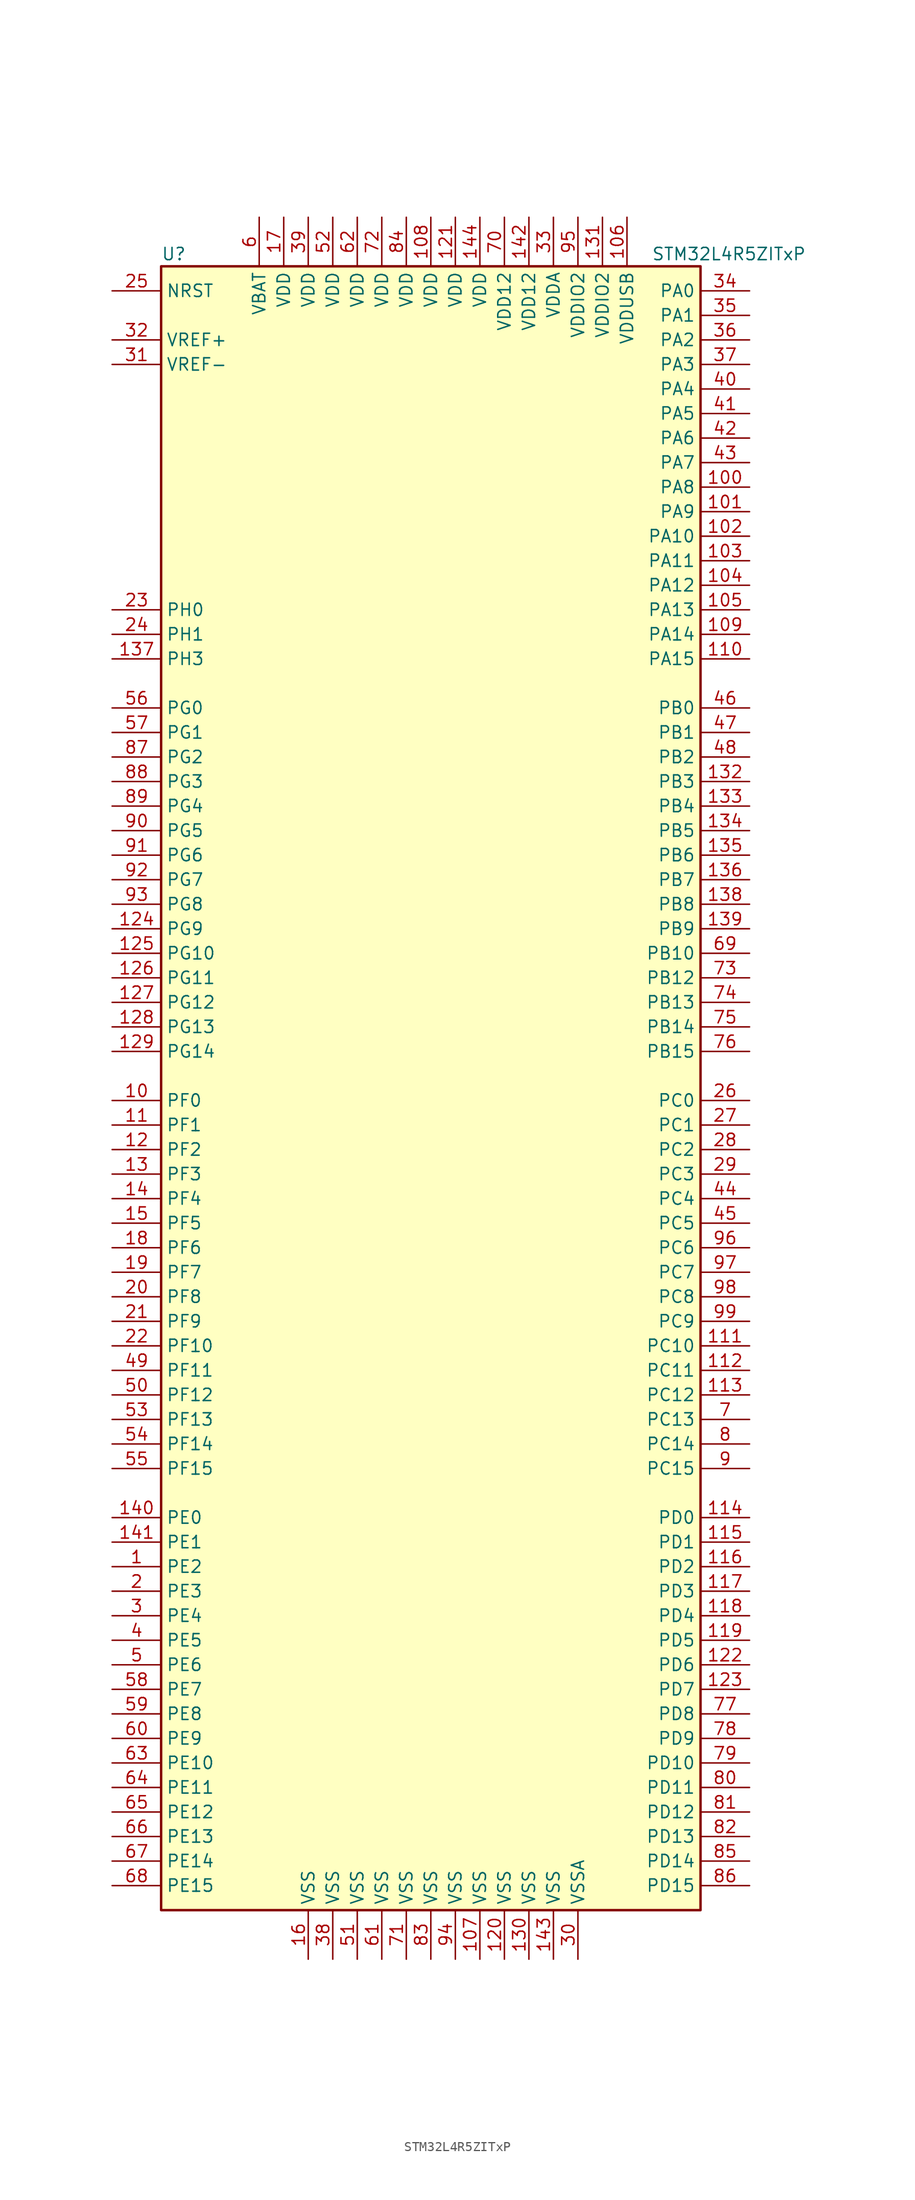
<source format=kicad_sym>
(kicad_symbol_lib
  (version 20201005)
  (generator kicad_symbol_editor)
  (symbol "MCU_ST_STM32L4+:STM32L4R5ZITxP"
    (property "Reference" "U"
      (at -27.94 85.09 0)
      (effects (font (size 1.27 1.27)) (justify left)))
    (property "Value" "STM32L4R5ZITxP"
      (at 22.86 85.09 0)
      (effects (font (size 1.27 1.27)) (justify left)))
    (symbol "STM32L4R5ZITxP_0_1"
      (rectangle (start -27.94 -86.36) (end 27.94 83.82) (stroke (width 0.254)) (fill (type background))))
    (symbol "STM32L4R5ZITxP_1_1"
      (pin input line (at -33.02 81.28 0) (length 5.08) (name "NRST" (effects (font (size 1.27 1.27)))) (number "25" (effects (font (size 1.27 1.27)))))
      (pin bidirectional line (at 33.02 81.28 180) (length 5.08) (name "PA0" (effects (font (size 1.27 1.27)))) (number "34" (effects (font (size 1.27 1.27)))))
      (pin bidirectional line (at 33.02 78.74 180) (length 5.08) (name "PA1" (effects (font (size 1.27 1.27)))) (number "35" (effects (font (size 1.27 1.27)))))
      (pin bidirectional line (at 33.02 55.88 180) (length 5.08) (name "PA10" (effects (font (size 1.27 1.27)))) (number "102" (effects (font (size 1.27 1.27)))))
      (pin bidirectional line (at 33.02 53.34 180) (length 5.08) (name "PA11" (effects (font (size 1.27 1.27)))) (number "103" (effects (font (size 1.27 1.27)))))
      (pin bidirectional line (at 33.02 50.8 180) (length 5.08) (name "PA12" (effects (font (size 1.27 1.27)))) (number "104" (effects (font (size 1.27 1.27)))))
      (pin bidirectional line (at 33.02 48.26 180) (length 5.08) (name "PA13" (effects (font (size 1.27 1.27)))) (number "105" (effects (font (size 1.27 1.27)))))
      (pin bidirectional line (at 33.02 45.72 180) (length 5.08) (name "PA14" (effects (font (size 1.27 1.27)))) (number "109" (effects (font (size 1.27 1.27)))))
      (pin bidirectional line (at 33.02 43.18 180) (length 5.08) (name "PA15" (effects (font (size 1.27 1.27)))) (number "110" (effects (font (size 1.27 1.27)))))
      (pin bidirectional line (at 33.02 76.2 180) (length 5.08) (name "PA2" (effects (font (size 1.27 1.27)))) (number "36" (effects (font (size 1.27 1.27)))))
      (pin bidirectional line (at 33.02 73.66 180) (length 5.08) (name "PA3" (effects (font (size 1.27 1.27)))) (number "37" (effects (font (size 1.27 1.27)))))
      (pin bidirectional line (at 33.02 71.12 180) (length 5.08) (name "PA4" (effects (font (size 1.27 1.27)))) (number "40" (effects (font (size 1.27 1.27)))))
      (pin bidirectional line (at 33.02 68.58 180) (length 5.08) (name "PA5" (effects (font (size 1.27 1.27)))) (number "41" (effects (font (size 1.27 1.27)))))
      (pin bidirectional line (at 33.02 66.04 180) (length 5.08) (name "PA6" (effects (font (size 1.27 1.27)))) (number "42" (effects (font (size 1.27 1.27)))))
      (pin bidirectional line (at 33.02 63.5 180) (length 5.08) (name "PA7" (effects (font (size 1.27 1.27)))) (number "43" (effects (font (size 1.27 1.27)))))
      (pin bidirectional line (at 33.02 60.96 180) (length 5.08) (name "PA8" (effects (font (size 1.27 1.27)))) (number "100" (effects (font (size 1.27 1.27)))))
      (pin bidirectional line (at 33.02 58.42 180) (length 5.08) (name "PA9" (effects (font (size 1.27 1.27)))) (number "101" (effects (font (size 1.27 1.27)))))
      (pin bidirectional line (at 33.02 38.1 180) (length 5.08) (name "PB0" (effects (font (size 1.27 1.27)))) (number "46" (effects (font (size 1.27 1.27)))))
      (pin bidirectional line (at 33.02 35.56 180) (length 5.08) (name "PB1" (effects (font (size 1.27 1.27)))) (number "47" (effects (font (size 1.27 1.27)))))
      (pin bidirectional line (at 33.02 12.7 180) (length 5.08) (name "PB10" (effects (font (size 1.27 1.27)))) (number "69" (effects (font (size 1.27 1.27)))))
      (pin bidirectional line (at 33.02 10.16 180) (length 5.08) (name "PB12" (effects (font (size 1.27 1.27)))) (number "73" (effects (font (size 1.27 1.27)))))
      (pin bidirectional line (at 33.02 7.62 180) (length 5.08) (name "PB13" (effects (font (size 1.27 1.27)))) (number "74" (effects (font (size 1.27 1.27)))))
      (pin bidirectional line (at 33.02 5.08 180) (length 5.08) (name "PB14" (effects (font (size 1.27 1.27)))) (number "75" (effects (font (size 1.27 1.27)))))
      (pin bidirectional line (at 33.02 2.54 180) (length 5.08) (name "PB15" (effects (font (size 1.27 1.27)))) (number "76" (effects (font (size 1.27 1.27)))))
      (pin bidirectional line (at 33.02 33.02 180) (length 5.08) (name "PB2" (effects (font (size 1.27 1.27)))) (number "48" (effects (font (size 1.27 1.27)))))
      (pin bidirectional line (at 33.02 30.48 180) (length 5.08) (name "PB3" (effects (font (size 1.27 1.27)))) (number "132" (effects (font (size 1.27 1.27)))))
      (pin bidirectional line (at 33.02 27.94 180) (length 5.08) (name "PB4" (effects (font (size 1.27 1.27)))) (number "133" (effects (font (size 1.27 1.27)))))
      (pin bidirectional line (at 33.02 25.4 180) (length 5.08) (name "PB5" (effects (font (size 1.27 1.27)))) (number "134" (effects (font (size 1.27 1.27)))))
      (pin bidirectional line (at 33.02 22.86 180) (length 5.08) (name "PB6" (effects (font (size 1.27 1.27)))) (number "135" (effects (font (size 1.27 1.27)))))
      (pin bidirectional line (at 33.02 20.32 180) (length 5.08) (name "PB7" (effects (font (size 1.27 1.27)))) (number "136" (effects (font (size 1.27 1.27)))))
      (pin bidirectional line (at 33.02 17.78 180) (length 5.08) (name "PB8" (effects (font (size 1.27 1.27)))) (number "138" (effects (font (size 1.27 1.27)))))
      (pin bidirectional line (at 33.02 15.24 180) (length 5.08) (name "PB9" (effects (font (size 1.27 1.27)))) (number "139" (effects (font (size 1.27 1.27)))))
      (pin bidirectional line (at 33.02 -2.54 180) (length 5.08) (name "PC0" (effects (font (size 1.27 1.27)))) (number "26" (effects (font (size 1.27 1.27)))))
      (pin bidirectional line (at 33.02 -5.08 180) (length 5.08) (name "PC1" (effects (font (size 1.27 1.27)))) (number "27" (effects (font (size 1.27 1.27)))))
      (pin bidirectional line (at 33.02 -27.94 180) (length 5.08) (name "PC10" (effects (font (size 1.27 1.27)))) (number "111" (effects (font (size 1.27 1.27)))))
      (pin bidirectional line (at 33.02 -30.48 180) (length 5.08) (name "PC11" (effects (font (size 1.27 1.27)))) (number "112" (effects (font (size 1.27 1.27)))))
      (pin bidirectional line (at 33.02 -33.02 180) (length 5.08) (name "PC12" (effects (font (size 1.27 1.27)))) (number "113" (effects (font (size 1.27 1.27)))))
      (pin bidirectional line (at 33.02 -35.56 180) (length 5.08) (name "PC13" (effects (font (size 1.27 1.27)))) (number "7" (effects (font (size 1.27 1.27)))))
      (pin bidirectional line (at 33.02 -38.1 180) (length 5.08) (name "PC14" (effects (font (size 1.27 1.27)))) (number "8" (effects (font (size 1.27 1.27)))))
      (pin bidirectional line (at 33.02 -40.64 180) (length 5.08) (name "PC15" (effects (font (size 1.27 1.27)))) (number "9" (effects (font (size 1.27 1.27)))))
      (pin bidirectional line (at 33.02 -7.62 180) (length 5.08) (name "PC2" (effects (font (size 1.27 1.27)))) (number "28" (effects (font (size 1.27 1.27)))))
      (pin bidirectional line (at 33.02 -10.16 180) (length 5.08) (name "PC3" (effects (font (size 1.27 1.27)))) (number "29" (effects (font (size 1.27 1.27)))))
      (pin bidirectional line (at 33.02 -12.7 180) (length 5.08) (name "PC4" (effects (font (size 1.27 1.27)))) (number "44" (effects (font (size 1.27 1.27)))))
      (pin bidirectional line (at 33.02 -15.24 180) (length 5.08) (name "PC5" (effects (font (size 1.27 1.27)))) (number "45" (effects (font (size 1.27 1.27)))))
      (pin bidirectional line (at 33.02 -17.78 180) (length 5.08) (name "PC6" (effects (font (size 1.27 1.27)))) (number "96" (effects (font (size 1.27 1.27)))))
      (pin bidirectional line (at 33.02 -20.32 180) (length 5.08) (name "PC7" (effects (font (size 1.27 1.27)))) (number "97" (effects (font (size 1.27 1.27)))))
      (pin bidirectional line (at 33.02 -22.86 180) (length 5.08) (name "PC8" (effects (font (size 1.27 1.27)))) (number "98" (effects (font (size 1.27 1.27)))))
      (pin bidirectional line (at 33.02 -25.4 180) (length 5.08) (name "PC9" (effects (font (size 1.27 1.27)))) (number "99" (effects (font (size 1.27 1.27)))))
      (pin bidirectional line (at 33.02 -45.72 180) (length 5.08) (name "PD0" (effects (font (size 1.27 1.27)))) (number "114" (effects (font (size 1.27 1.27)))))
      (pin bidirectional line (at 33.02 -48.26 180) (length 5.08) (name "PD1" (effects (font (size 1.27 1.27)))) (number "115" (effects (font (size 1.27 1.27)))))
      (pin bidirectional line (at 33.02 -71.12 180) (length 5.08) (name "PD10" (effects (font (size 1.27 1.27)))) (number "79" (effects (font (size 1.27 1.27)))))
      (pin bidirectional line (at 33.02 -73.66 180) (length 5.08) (name "PD11" (effects (font (size 1.27 1.27)))) (number "80" (effects (font (size 1.27 1.27)))))
      (pin bidirectional line (at 33.02 -76.2 180) (length 5.08) (name "PD12" (effects (font (size 1.27 1.27)))) (number "81" (effects (font (size 1.27 1.27)))))
      (pin bidirectional line (at 33.02 -78.74 180) (length 5.08) (name "PD13" (effects (font (size 1.27 1.27)))) (number "82" (effects (font (size 1.27 1.27)))))
      (pin bidirectional line (at 33.02 -81.28 180) (length 5.08) (name "PD14" (effects (font (size 1.27 1.27)))) (number "85" (effects (font (size 1.27 1.27)))))
      (pin bidirectional line (at 33.02 -83.82 180) (length 5.08) (name "PD15" (effects (font (size 1.27 1.27)))) (number "86" (effects (font (size 1.27 1.27)))))
      (pin bidirectional line (at 33.02 -50.8 180) (length 5.08) (name "PD2" (effects (font (size 1.27 1.27)))) (number "116" (effects (font (size 1.27 1.27)))))
      (pin bidirectional line (at 33.02 -53.34 180) (length 5.08) (name "PD3" (effects (font (size 1.27 1.27)))) (number "117" (effects (font (size 1.27 1.27)))))
      (pin bidirectional line (at 33.02 -55.88 180) (length 5.08) (name "PD4" (effects (font (size 1.27 1.27)))) (number "118" (effects (font (size 1.27 1.27)))))
      (pin bidirectional line (at 33.02 -58.42 180) (length 5.08) (name "PD5" (effects (font (size 1.27 1.27)))) (number "119" (effects (font (size 1.27 1.27)))))
      (pin bidirectional line (at 33.02 -60.96 180) (length 5.08) (name "PD6" (effects (font (size 1.27 1.27)))) (number "122" (effects (font (size 1.27 1.27)))))
      (pin bidirectional line (at 33.02 -63.5 180) (length 5.08) (name "PD7" (effects (font (size 1.27 1.27)))) (number "123" (effects (font (size 1.27 1.27)))))
      (pin bidirectional line (at 33.02 -66.04 180) (length 5.08) (name "PD8" (effects (font (size 1.27 1.27)))) (number "77" (effects (font (size 1.27 1.27)))))
      (pin bidirectional line (at 33.02 -68.58 180) (length 5.08) (name "PD9" (effects (font (size 1.27 1.27)))) (number "78" (effects (font (size 1.27 1.27)))))
      (pin bidirectional line (at -33.02 -45.72 0) (length 5.08) (name "PE0" (effects (font (size 1.27 1.27)))) (number "140" (effects (font (size 1.27 1.27)))))
      (pin bidirectional line (at -33.02 -48.26 0) (length 5.08) (name "PE1" (effects (font (size 1.27 1.27)))) (number "141" (effects (font (size 1.27 1.27)))))
      (pin bidirectional line (at -33.02 -71.12 0) (length 5.08) (name "PE10" (effects (font (size 1.27 1.27)))) (number "63" (effects (font (size 1.27 1.27)))))
      (pin bidirectional line (at -33.02 -73.66 0) (length 5.08) (name "PE11" (effects (font (size 1.27 1.27)))) (number "64" (effects (font (size 1.27 1.27)))))
      (pin bidirectional line (at -33.02 -76.2 0) (length 5.08) (name "PE12" (effects (font (size 1.27 1.27)))) (number "65" (effects (font (size 1.27 1.27)))))
      (pin bidirectional line (at -33.02 -78.74 0) (length 5.08) (name "PE13" (effects (font (size 1.27 1.27)))) (number "66" (effects (font (size 1.27 1.27)))))
      (pin bidirectional line (at -33.02 -81.28 0) (length 5.08) (name "PE14" (effects (font (size 1.27 1.27)))) (number "67" (effects (font (size 1.27 1.27)))))
      (pin bidirectional line (at -33.02 -83.82 0) (length 5.08) (name "PE15" (effects (font (size 1.27 1.27)))) (number "68" (effects (font (size 1.27 1.27)))))
      (pin bidirectional line (at -33.02 -50.8 0) (length 5.08) (name "PE2" (effects (font (size 1.27 1.27)))) (number "1" (effects (font (size 1.27 1.27)))))
      (pin bidirectional line (at -33.02 -53.34 0) (length 5.08) (name "PE3" (effects (font (size 1.27 1.27)))) (number "2" (effects (font (size 1.27 1.27)))))
      (pin bidirectional line (at -33.02 -55.88 0) (length 5.08) (name "PE4" (effects (font (size 1.27 1.27)))) (number "3" (effects (font (size 1.27 1.27)))))
      (pin bidirectional line (at -33.02 -58.42 0) (length 5.08) (name "PE5" (effects (font (size 1.27 1.27)))) (number "4" (effects (font (size 1.27 1.27)))))
      (pin bidirectional line (at -33.02 -60.96 0) (length 5.08) (name "PE6" (effects (font (size 1.27 1.27)))) (number "5" (effects (font (size 1.27 1.27)))))
      (pin bidirectional line (at -33.02 -63.5 0) (length 5.08) (name "PE7" (effects (font (size 1.27 1.27)))) (number "58" (effects (font (size 1.27 1.27)))))
      (pin bidirectional line (at -33.02 -66.04 0) (length 5.08) (name "PE8" (effects (font (size 1.27 1.27)))) (number "59" (effects (font (size 1.27 1.27)))))
      (pin bidirectional line (at -33.02 -68.58 0) (length 5.08) (name "PE9" (effects (font (size 1.27 1.27)))) (number "60" (effects (font (size 1.27 1.27)))))
      (pin bidirectional line (at -33.02 -2.54 0) (length 5.08) (name "PF0" (effects (font (size 1.27 1.27)))) (number "10" (effects (font (size 1.27 1.27)))))
      (pin bidirectional line (at -33.02 -5.08 0) (length 5.08) (name "PF1" (effects (font (size 1.27 1.27)))) (number "11" (effects (font (size 1.27 1.27)))))
      (pin bidirectional line (at -33.02 -27.94 0) (length 5.08) (name "PF10" (effects (font (size 1.27 1.27)))) (number "22" (effects (font (size 1.27 1.27)))))
      (pin bidirectional line (at -33.02 -30.48 0) (length 5.08) (name "PF11" (effects (font (size 1.27 1.27)))) (number "49" (effects (font (size 1.27 1.27)))))
      (pin bidirectional line (at -33.02 -33.02 0) (length 5.08) (name "PF12" (effects (font (size 1.27 1.27)))) (number "50" (effects (font (size 1.27 1.27)))))
      (pin bidirectional line (at -33.02 -35.56 0) (length 5.08) (name "PF13" (effects (font (size 1.27 1.27)))) (number "53" (effects (font (size 1.27 1.27)))))
      (pin bidirectional line (at -33.02 -38.1 0) (length 5.08) (name "PF14" (effects (font (size 1.27 1.27)))) (number "54" (effects (font (size 1.27 1.27)))))
      (pin bidirectional line (at -33.02 -40.64 0) (length 5.08) (name "PF15" (effects (font (size 1.27 1.27)))) (number "55" (effects (font (size 1.27 1.27)))))
      (pin bidirectional line (at -33.02 -7.62 0) (length 5.08) (name "PF2" (effects (font (size 1.27 1.27)))) (number "12" (effects (font (size 1.27 1.27)))))
      (pin bidirectional line (at -33.02 -10.16 0) (length 5.08) (name "PF3" (effects (font (size 1.27 1.27)))) (number "13" (effects (font (size 1.27 1.27)))))
      (pin bidirectional line (at -33.02 -12.7 0) (length 5.08) (name "PF4" (effects (font (size 1.27 1.27)))) (number "14" (effects (font (size 1.27 1.27)))))
      (pin bidirectional line (at -33.02 -15.24 0) (length 5.08) (name "PF5" (effects (font (size 1.27 1.27)))) (number "15" (effects (font (size 1.27 1.27)))))
      (pin bidirectional line (at -33.02 -17.78 0) (length 5.08) (name "PF6" (effects (font (size 1.27 1.27)))) (number "18" (effects (font (size 1.27 1.27)))))
      (pin bidirectional line (at -33.02 -20.32 0) (length 5.08) (name "PF7" (effects (font (size 1.27 1.27)))) (number "19" (effects (font (size 1.27 1.27)))))
      (pin bidirectional line (at -33.02 -22.86 0) (length 5.08) (name "PF8" (effects (font (size 1.27 1.27)))) (number "20" (effects (font (size 1.27 1.27)))))
      (pin bidirectional line (at -33.02 -25.4 0) (length 5.08) (name "PF9" (effects (font (size 1.27 1.27)))) (number "21" (effects (font (size 1.27 1.27)))))
      (pin bidirectional line (at -33.02 38.1 0) (length 5.08) (name "PG0" (effects (font (size 1.27 1.27)))) (number "56" (effects (font (size 1.27 1.27)))))
      (pin bidirectional line (at -33.02 35.56 0) (length 5.08) (name "PG1" (effects (font (size 1.27 1.27)))) (number "57" (effects (font (size 1.27 1.27)))))
      (pin bidirectional line (at -33.02 12.7 0) (length 5.08) (name "PG10" (effects (font (size 1.27 1.27)))) (number "125" (effects (font (size 1.27 1.27)))))
      (pin bidirectional line (at -33.02 10.16 0) (length 5.08) (name "PG11" (effects (font (size 1.27 1.27)))) (number "126" (effects (font (size 1.27 1.27)))))
      (pin bidirectional line (at -33.02 7.62 0) (length 5.08) (name "PG12" (effects (font (size 1.27 1.27)))) (number "127" (effects (font (size 1.27 1.27)))))
      (pin bidirectional line (at -33.02 5.08 0) (length 5.08) (name "PG13" (effects (font (size 1.27 1.27)))) (number "128" (effects (font (size 1.27 1.27)))))
      (pin bidirectional line (at -33.02 2.54 0) (length 5.08) (name "PG14" (effects (font (size 1.27 1.27)))) (number "129" (effects (font (size 1.27 1.27)))))
      (pin bidirectional line (at -33.02 33.02 0) (length 5.08) (name "PG2" (effects (font (size 1.27 1.27)))) (number "87" (effects (font (size 1.27 1.27)))))
      (pin bidirectional line (at -33.02 30.48 0) (length 5.08) (name "PG3" (effects (font (size 1.27 1.27)))) (number "88" (effects (font (size 1.27 1.27)))))
      (pin bidirectional line (at -33.02 27.94 0) (length 5.08) (name "PG4" (effects (font (size 1.27 1.27)))) (number "89" (effects (font (size 1.27 1.27)))))
      (pin bidirectional line (at -33.02 25.4 0) (length 5.08) (name "PG5" (effects (font (size 1.27 1.27)))) (number "90" (effects (font (size 1.27 1.27)))))
      (pin bidirectional line (at -33.02 22.86 0) (length 5.08) (name "PG6" (effects (font (size 1.27 1.27)))) (number "91" (effects (font (size 1.27 1.27)))))
      (pin bidirectional line (at -33.02 20.32 0) (length 5.08) (name "PG7" (effects (font (size 1.27 1.27)))) (number "92" (effects (font (size 1.27 1.27)))))
      (pin bidirectional line (at -33.02 17.78 0) (length 5.08) (name "PG8" (effects (font (size 1.27 1.27)))) (number "93" (effects (font (size 1.27 1.27)))))
      (pin bidirectional line (at -33.02 15.24 0) (length 5.08) (name "PG9" (effects (font (size 1.27 1.27)))) (number "124" (effects (font (size 1.27 1.27)))))
      (pin input line (at -33.02 48.26 0) (length 5.08) (name "PH0" (effects (font (size 1.27 1.27)))) (number "23" (effects (font (size 1.27 1.27)))))
      (pin input line (at -33.02 45.72 0) (length 5.08) (name "PH1" (effects (font (size 1.27 1.27)))) (number "24" (effects (font (size 1.27 1.27)))))
      (pin bidirectional line (at -33.02 43.18 0) (length 5.08) (name "PH3" (effects (font (size 1.27 1.27)))) (number "137" (effects (font (size 1.27 1.27)))))
      (pin power_in line (at -17.78 88.9 270) (length 5.08) (name "VBAT" (effects (font (size 1.27 1.27)))) (number "6" (effects (font (size 1.27 1.27)))))
      (pin power_in line (at 0 88.9 270) (length 5.08) (name "VDD" (effects (font (size 1.27 1.27)))) (number "108" (effects (font (size 1.27 1.27)))))
      (pin power_in line (at 2.54 88.9 270) (length 5.08) (name "VDD" (effects (font (size 1.27 1.27)))) (number "121" (effects (font (size 1.27 1.27)))))
      (pin power_in line (at 5.08 88.9 270) (length 5.08) (name "VDD" (effects (font (size 1.27 1.27)))) (number "144" (effects (font (size 1.27 1.27)))))
      (pin power_in line (at -15.24 88.9 270) (length 5.08) (name "VDD" (effects (font (size 1.27 1.27)))) (number "17" (effects (font (size 1.27 1.27)))))
      (pin power_in line (at -12.7 88.9 270) (length 5.08) (name "VDD" (effects (font (size 1.27 1.27)))) (number "39" (effects (font (size 1.27 1.27)))))
      (pin power_in line (at -10.16 88.9 270) (length 5.08) (name "VDD" (effects (font (size 1.27 1.27)))) (number "52" (effects (font (size 1.27 1.27)))))
      (pin power_in line (at -7.62 88.9 270) (length 5.08) (name "VDD" (effects (font (size 1.27 1.27)))) (number "62" (effects (font (size 1.27 1.27)))))
      (pin power_in line (at -5.08 88.9 270) (length 5.08) (name "VDD" (effects (font (size 1.27 1.27)))) (number "72" (effects (font (size 1.27 1.27)))))
      (pin power_in line (at -2.54 88.9 270) (length 5.08) (name "VDD" (effects (font (size 1.27 1.27)))) (number "84" (effects (font (size 1.27 1.27)))))
      (pin power_in line (at 10.16 88.9 270) (length 5.08) (name "VDD12" (effects (font (size 1.27 1.27)))) (number "142" (effects (font (size 1.27 1.27)))))
      (pin power_in line (at 7.62 88.9 270) (length 5.08) (name "VDD12" (effects (font (size 1.27 1.27)))) (number "70" (effects (font (size 1.27 1.27)))))
      (pin power_in line (at 12.7 88.9 270) (length 5.08) (name "VDDA" (effects (font (size 1.27 1.27)))) (number "33" (effects (font (size 1.27 1.27)))))
      (pin power_in line (at 17.78 88.9 270) (length 5.08) (name "VDDIO2" (effects (font (size 1.27 1.27)))) (number "131" (effects (font (size 1.27 1.27)))))
      (pin power_in line (at 15.24 88.9 270) (length 5.08) (name "VDDIO2" (effects (font (size 1.27 1.27)))) (number "95" (effects (font (size 1.27 1.27)))))
      (pin power_in line (at 20.32 88.9 270) (length 5.08) (name "VDDUSB" (effects (font (size 1.27 1.27)))) (number "106" (effects (font (size 1.27 1.27)))))
      (pin bidirectional line (at -33.02 76.2 0) (length 5.08) (name "VREF+" (effects (font (size 1.27 1.27)))) (number "32" (effects (font (size 1.27 1.27)))))
      (pin power_in line (at -33.02 73.66 0) (length 5.08) (name "VREF-" (effects (font (size 1.27 1.27)))) (number "31" (effects (font (size 1.27 1.27)))))
      (pin power_in line (at 5.08 -91.44 90) (length 5.08) (name "VSS" (effects (font (size 1.27 1.27)))) (number "107" (effects (font (size 1.27 1.27)))))
      (pin power_in line (at 7.62 -91.44 90) (length 5.08) (name "VSS" (effects (font (size 1.27 1.27)))) (number "120" (effects (font (size 1.27 1.27)))))
      (pin power_in line (at 10.16 -91.44 90) (length 5.08) (name "VSS" (effects (font (size 1.27 1.27)))) (number "130" (effects (font (size 1.27 1.27)))))
      (pin power_in line (at 12.7 -91.44 90) (length 5.08) (name "VSS" (effects (font (size 1.27 1.27)))) (number "143" (effects (font (size 1.27 1.27)))))
      (pin power_in line (at -12.7 -91.44 90) (length 5.08) (name "VSS" (effects (font (size 1.27 1.27)))) (number "16" (effects (font (size 1.27 1.27)))))
      (pin power_in line (at -10.16 -91.44 90) (length 5.08) (name "VSS" (effects (font (size 1.27 1.27)))) (number "38" (effects (font (size 1.27 1.27)))))
      (pin power_in line (at -7.62 -91.44 90) (length 5.08) (name "VSS" (effects (font (size 1.27 1.27)))) (number "51" (effects (font (size 1.27 1.27)))))
      (pin power_in line (at -5.08 -91.44 90) (length 5.08) (name "VSS" (effects (font (size 1.27 1.27)))) (number "61" (effects (font (size 1.27 1.27)))))
      (pin power_in line (at -2.54 -91.44 90) (length 5.08) (name "VSS" (effects (font (size 1.27 1.27)))) (number "71" (effects (font (size 1.27 1.27)))))
      (pin power_in line (at 0 -91.44 90) (length 5.08) (name "VSS" (effects (font (size 1.27 1.27)))) (number "83" (effects (font (size 1.27 1.27)))))
      (pin power_in line (at 2.54 -91.44 90) (length 5.08) (name "VSS" (effects (font (size 1.27 1.27)))) (number "94" (effects (font (size 1.27 1.27)))))
      (pin power_in line (at 15.24 -91.44 90) (length 5.08) (name "VSSA" (effects (font (size 1.27 1.27)))) (number "30" (effects (font (size 1.27 1.27))))))))
</source>
